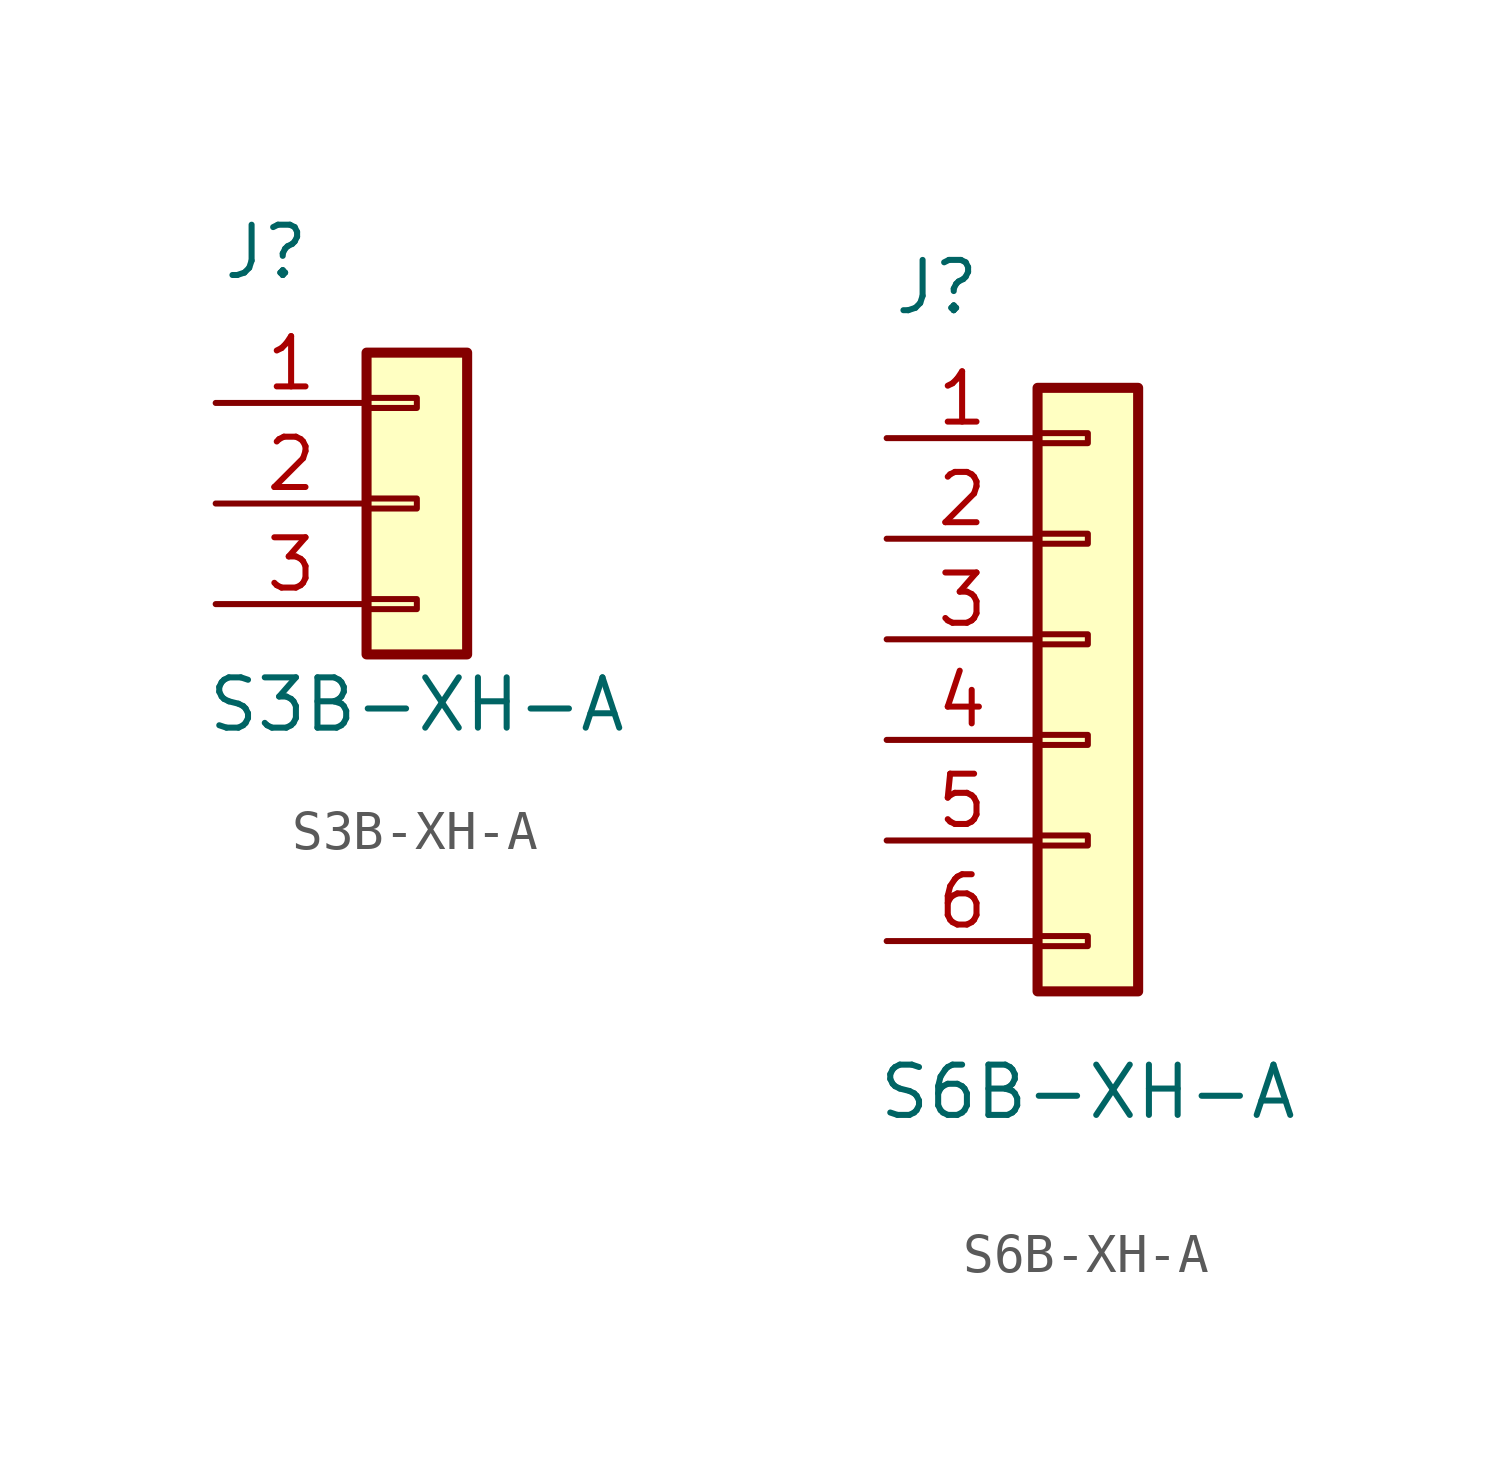
<source format=kicad_sym>
(kicad_symbol_lib
  (version 20211014)
  (generator kicad_symbol_editor)
  (symbol "S3B-XH-A"
    (pin_names hide)
    (property "Reference" "J"
      (at -3.81 6.35 0)
      (effects (font (size 1.27 1.27))))
    (property "Value" "S3B-XH-A"
      (at 0 -5.08 0)
      (effects (font (size 1.27 1.27))))
    (symbol "S3B-XH-A_1_1"
      (rectangle (start -1.27 -2.413) (end 0 -2.667) (stroke (width 0.152) (type default) (color 0 0 0 0)) (fill (type none)))
      (rectangle (start -1.27 0.127) (end 0 -0.127) (stroke (width 0.152) (type default) (color 0 0 0 0)) (fill (type none)))
      (rectangle (start -1.27 2.667) (end 0 2.413) (stroke (width 0.152) (type default) (color 0 0 0 0)) (fill (type none)))
      (rectangle (start -1.27 3.81) (end 1.27 -3.81) (stroke (width 0.254) (type default) (color 0 0 0 0)) (fill (type background)))
      (pin passive line (at -5.08 2.54 0) (length 3.81) (name "Pin_1" (effects (font (size 1.27 1.27)))) (number "1" (effects (font (size 1.27 1.27)))))
      (pin passive line (at -5.08 0 0) (length 3.81) (name "Pin_2" (effects (font (size 1.27 1.27)))) (number "2" (effects (font (size 1.27 1.27)))))
      (pin passive line (at -5.08 -2.54 0) (length 3.81) (name "Pin_3" (effects (font (size 1.27 1.27)))) (number "3" (effects (font (size 1.27 1.27)))))))
  (symbol "S6B-XH-A"
    (pin_names hide)
    (property "Reference" "J"
      (at -3.81 10.16 0)
      (effects (font (size 1.27 1.27))))
    (property "Value" "S6B-XH-A"
      (at 0 -10.16 0)
      (effects (font (size 1.27 1.27))))
    (symbol "S6B-XH-A_1_1"
      (rectangle (start -1.27 -6.223) (end 0 -6.477) (stroke (width 0.152) (type default) (color 0 0 0 0)) (fill (type none)))
      (rectangle (start -1.27 -3.683) (end 0 -3.937) (stroke (width 0.152) (type default) (color 0 0 0 0)) (fill (type none)))
      (rectangle (start -1.27 -1.143) (end 0 -1.397) (stroke (width 0.152) (type default) (color 0 0 0 0)) (fill (type none)))
      (rectangle (start -1.27 1.397) (end 0 1.143) (stroke (width 0.152) (type default) (color 0 0 0 0)) (fill (type none)))
      (rectangle (start -1.27 3.937) (end 0 3.683) (stroke (width 0.152) (type default) (color 0 0 0 0)) (fill (type none)))
      (rectangle (start -1.27 6.477) (end 0 6.223) (stroke (width 0.152) (type default) (color 0 0 0 0)) (fill (type none)))
      (rectangle (start -1.27 7.62) (end 1.27 -7.62) (stroke (width 0.254) (type default) (color 0 0 0 0)) (fill (type background)))
      (pin passive line (at -5.08 6.35 0) (length 3.81) (name "Pin_1" (effects (font (size 1.27 1.27)))) (number "1" (effects (font (size 1.27 1.27)))))
      (pin passive line (at -5.08 3.81 0) (length 3.81) (name "Pin_2" (effects (font (size 1.27 1.27)))) (number "2" (effects (font (size 1.27 1.27)))))
      (pin passive line (at -5.08 1.27 0) (length 3.81) (name "Pin_3" (effects (font (size 1.27 1.27)))) (number "3" (effects (font (size 1.27 1.27)))))
      (pin passive line (at -5.08 -1.27 0) (length 3.81) (name "Pin_4" (effects (font (size 1.27 1.27)))) (number "4" (effects (font (size 1.27 1.27)))))
      (pin passive line (at -5.08 -3.81 0) (length 3.81) (name "Pin_5" (effects (font (size 1.27 1.27)))) (number "5" (effects (font (size 1.27 1.27)))))
      (pin passive line (at -5.08 -6.35 0) (length 3.81) (name "Pin_6" (effects (font (size 1.27 1.27)))) (number "6" (effects (font (size 1.27 1.27))))))))
</source>
